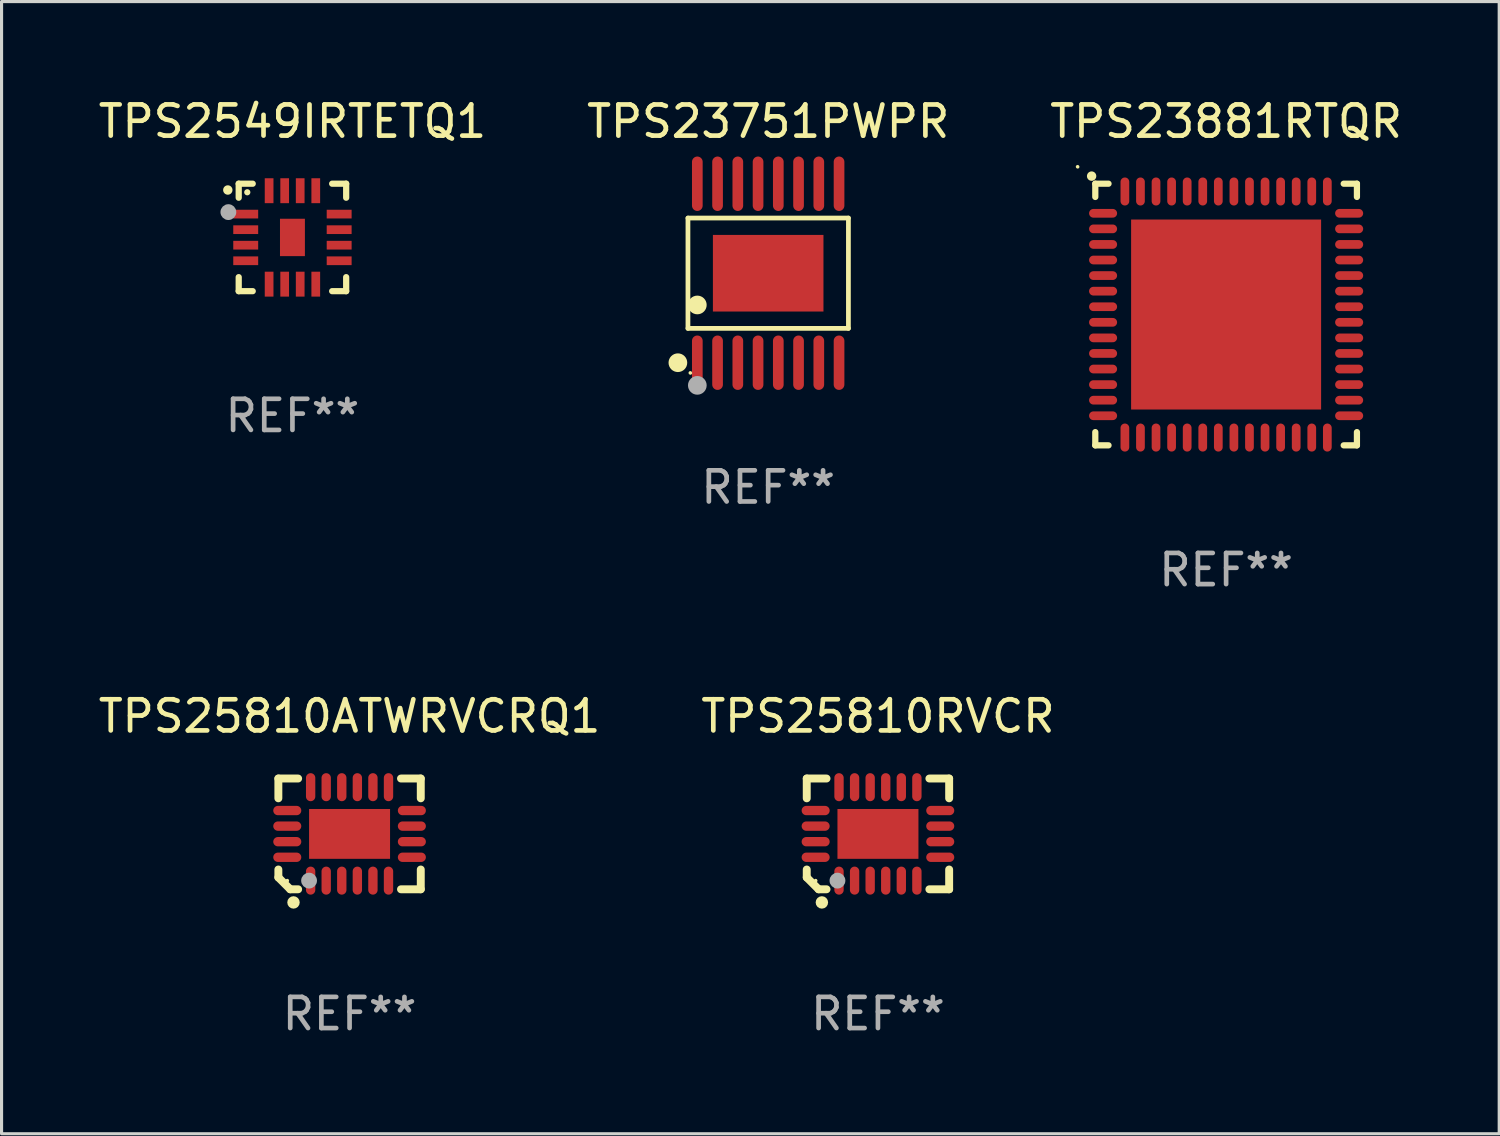
<source format=kicad_pcb>
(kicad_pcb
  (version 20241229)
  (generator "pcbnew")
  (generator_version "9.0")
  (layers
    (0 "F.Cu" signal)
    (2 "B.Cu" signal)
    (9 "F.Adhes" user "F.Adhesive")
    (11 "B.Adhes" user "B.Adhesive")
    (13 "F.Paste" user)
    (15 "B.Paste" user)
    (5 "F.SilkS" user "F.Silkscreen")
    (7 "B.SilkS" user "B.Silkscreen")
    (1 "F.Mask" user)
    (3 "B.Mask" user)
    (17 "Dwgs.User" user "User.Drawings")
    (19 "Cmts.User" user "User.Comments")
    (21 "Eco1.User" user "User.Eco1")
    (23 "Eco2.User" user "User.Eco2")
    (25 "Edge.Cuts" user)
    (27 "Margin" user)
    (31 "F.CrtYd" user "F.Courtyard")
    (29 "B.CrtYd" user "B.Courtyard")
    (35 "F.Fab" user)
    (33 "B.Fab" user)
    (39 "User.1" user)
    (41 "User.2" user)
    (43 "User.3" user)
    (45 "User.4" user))
  (footprint "TPS23881RTQR"
    (layer "F.Cu")
    (at 36.315 7.048)
    (property "Reference" "TPS23881RTQR" (at 0 -6.2 0) (layer "F.SilkS") (effects (font (size 1 1) (thickness 0.15))))
    (attr through_hole)
    (fp_line (start -4.2 -4.2) (end -3.775 -4.2) (stroke (width 0.2) (type solid)) (layer "F.SilkS"))
    (fp_line (start -4.2 -3.775) (end -4.2 -4.2) (stroke (width 0.2) (type solid)) (layer "F.SilkS"))
    (fp_line (start -4.2 3.775) (end -4.2 4.2) (stroke (width 0.2) (type solid)) (layer "F.SilkS"))
    (fp_line (start -4.2 4.2) (end -3.775 4.2) (stroke (width 0.2) (type solid)) (layer "F.SilkS"))
    (fp_line (start 3.775 4.2) (end 4.2 4.2) (stroke (width 0.2) (type solid)) (layer "F.SilkS"))
    (fp_line (start 4.2 -4.2) (end 3.775 -4.2) (stroke (width 0.2) (type solid)) (layer "F.SilkS"))
    (fp_line (start 4.2 -3.775) (end 4.2 -4.2) (stroke (width 0.2) (type solid)) (layer "F.SilkS"))
    (fp_line (start 4.2 4.2) (end 4.2 3.775) (stroke (width 0.2) (type solid)) (layer "F.SilkS"))
    (fp_arc (start -4.318009 -4.442469) (mid -4.318014 -4.443739) (end -4.318009 -4.445009) (stroke (width 0.3) (type solid)) (layer "F.SilkS"))
    (fp_circle (center -4.768 -4.744) (end -4.738 -4.744) (stroke (width 0.06) (type solid)) (fill no) (layer "F.SilkS"))
    (fp_text user "REF**" (at 0 8.2 0) (layer "F.Fab") (effects (font (size 1 1) (thickness 0.15))))
    (pad "1" smd oval (at -3.95 -3.25 90) (size 0.28 0.9) (layers "F.Cu" "F.Mask" "F.Paste"))
    (pad "2" smd oval (at -3.95 -2.75 90) (size 0.28 0.9) (layers "F.Cu" "F.Mask" "F.Paste"))
    (pad "3" smd oval (at -3.95 -2.25 90) (size 0.28 0.9) (layers "F.Cu" "F.Mask" "F.Paste"))
    (pad "4" smd oval (at -3.95 -1.75 90) (size 0.28 0.9) (layers "F.Cu" "F.Mask" "F.Paste"))
    (pad "5" smd oval (at -3.95 -1.25 90) (size 0.28 0.9) (layers "F.Cu" "F.Mask" "F.Paste"))
    (pad "6" smd oval (at -3.95 -0.75 90) (size 0.28 0.9) (layers "F.Cu" "F.Mask" "F.Paste"))
    (pad "7" smd oval (at -3.95 -0.25 90) (size 0.28 0.9) (layers "F.Cu" "F.Mask" "F.Paste"))
    (pad "8" smd oval (at -3.95 0.25 90) (size 0.28 0.9) (layers "F.Cu" "F.Mask" "F.Paste"))
    (pad "9" smd oval (at -3.95 0.75 90) (size 0.28 0.9) (layers "F.Cu" "F.Mask" "F.Paste"))
    (pad "10" smd oval (at -3.95 1.25 90) (size 0.28 0.9) (layers "F.Cu" "F.Mask" "F.Paste"))
    (pad "11" smd oval (at -3.95 1.75 90) (size 0.28 0.9) (layers "F.Cu" "F.Mask" "F.Paste"))
    (pad "12" smd oval (at -3.95 2.25 90) (size 0.28 0.9) (layers "F.Cu" "F.Mask" "F.Paste"))
    (pad "13" smd oval (at -3.95 2.75 90) (size 0.28 0.9) (layers "F.Cu" "F.Mask" "F.Paste"))
    (pad "14" smd oval (at -3.95 3.25 90) (size 0.28 0.9) (layers "F.Cu" "F.Mask" "F.Paste"))
    (pad "15" smd oval (at -3.25 3.95) (size 0.28 0.9) (layers "F.Cu" "F.Mask" "F.Paste"))
    (pad "16" smd oval (at -2.75 3.95) (size 0.28 0.9) (layers "F.Cu" "F.Mask" "F.Paste"))
    (pad "17" smd oval (at -2.25 3.95) (size 0.28 0.9) (layers "F.Cu" "F.Mask" "F.Paste"))
    (pad "18" smd oval (at -1.75 3.95) (size 0.28 0.9) (layers "F.Cu" "F.Mask" "F.Paste"))
    (pad "19" smd oval (at -1.25 3.95) (size 0.28 0.9) (layers "F.Cu" "F.Mask" "F.Paste"))
    (pad "20" smd oval (at -0.75 3.95) (size 0.28 0.9) (layers "F.Cu" "F.Mask" "F.Paste"))
    (pad "21" smd oval (at -0.25 3.95) (size 0.28 0.9) (layers "F.Cu" "F.Mask" "F.Paste"))
    (pad "22" smd oval (at 0.25 3.95) (size 0.28 0.9) (layers "F.Cu" "F.Mask" "F.Paste"))
    (pad "23" smd oval (at 0.75 3.95) (size 0.28 0.9) (layers "F.Cu" "F.Mask" "F.Paste"))
    (pad "24" smd oval (at 1.25 3.95) (size 0.28 0.9) (layers "F.Cu" "F.Mask" "F.Paste"))
    (pad "25" smd oval (at 1.75 3.95) (size 0.28 0.9) (layers "F.Cu" "F.Mask" "F.Paste"))
    (pad "26" smd oval (at 2.25 3.95) (size 0.28 0.9) (layers "F.Cu" "F.Mask" "F.Paste"))
    (pad "27" smd oval (at 2.75 3.95) (size 0.28 0.9) (layers "F.Cu" "F.Mask" "F.Paste"))
    (pad "28" smd oval (at 3.25 3.95) (size 0.28 0.9) (layers "F.Cu" "F.Mask" "F.Paste"))
    (pad "29" smd oval (at 3.95 3.25 90) (size 0.28 0.9) (layers "F.Cu" "F.Mask" "F.Paste"))
    (pad "30" smd oval (at 3.95 2.75 90) (size 0.28 0.9) (layers "F.Cu" "F.Mask" "F.Paste"))
    (pad "31" smd oval (at 3.95 2.25 90) (size 0.28 0.9) (layers "F.Cu" "F.Mask" "F.Paste"))
    (pad "32" smd oval (at 3.95 1.75 90) (size 0.28 0.9) (layers "F.Cu" "F.Mask" "F.Paste"))
    (pad "33" smd oval (at 3.95 1.25 90) (size 0.28 0.9) (layers "F.Cu" "F.Mask" "F.Paste"))
    (pad "34" smd oval (at 3.95 0.75 90) (size 0.28 0.9) (layers "F.Cu" "F.Mask" "F.Paste"))
    (pad "35" smd oval (at 3.95 0.25 90) (size 0.28 0.9) (layers "F.Cu" "F.Mask" "F.Paste"))
    (pad "36" smd oval (at 3.95 -0.25 90) (size 0.28 0.9) (layers "F.Cu" "F.Mask" "F.Paste"))
    (pad "37" smd oval (at 3.95 -0.75 90) (size 0.28 0.9) (layers "F.Cu" "F.Mask" "F.Paste"))
    (pad "38" smd oval (at 3.95 -1.25 90) (size 0.28 0.9) (layers "F.Cu" "F.Mask" "F.Paste"))
    (pad "39" smd oval (at 3.95 -1.75 90) (size 0.28 0.9) (layers "F.Cu" "F.Mask" "F.Paste"))
    (pad "40" smd oval (at 3.95 -2.25 90) (size 0.28 0.9) (layers "F.Cu" "F.Mask" "F.Paste"))
    (pad "41" smd oval (at 3.95 -2.75 90) (size 0.28 0.9) (layers "F.Cu" "F.Mask" "F.Paste"))
    (pad "42" smd oval (at 3.95 -3.25 90) (size 0.28 0.9) (layers "F.Cu" "F.Mask" "F.Paste"))
    (pad "43" smd oval (at 3.25 -3.95) (size 0.28 0.9) (layers "F.Cu" "F.Mask" "F.Paste"))
    (pad "44" smd oval (at 2.75 -3.95) (size 0.28 0.9) (layers "F.Cu" "F.Mask" "F.Paste"))
    (pad "45" smd oval (at 2.25 -3.95) (size 0.28 0.9) (layers "F.Cu" "F.Mask" "F.Paste"))
    (pad "46" smd oval (at 1.75 -3.95) (size 0.28 0.9) (layers "F.Cu" "F.Mask" "F.Paste"))
    (pad "47" smd oval (at 1.25 -3.95) (size 0.28 0.9) (layers "F.Cu" "F.Mask" "F.Paste"))
    (pad "48" smd oval (at 0.75 -3.95) (size 0.28 0.9) (layers "F.Cu" "F.Mask" "F.Paste"))
    (pad "49" smd oval (at 0.25 -3.95) (size 0.28 0.9) (layers "F.Cu" "F.Mask" "F.Paste"))
    (pad "50" smd oval (at -0.25 -3.95) (size 0.28 0.9) (layers "F.Cu" "F.Mask" "F.Paste"))
    (pad "51" smd oval (at -0.75 -3.95) (size 0.28 0.9) (layers "F.Cu" "F.Mask" "F.Paste"))
    (pad "52" smd oval (at -1.25 -3.95) (size 0.28 0.9) (layers "F.Cu" "F.Mask" "F.Paste"))
    (pad "53" smd oval (at -1.75 -3.95) (size 0.28 0.9) (layers "F.Cu" "F.Mask" "F.Paste"))
    (pad "54" smd oval (at -2.25 -3.95) (size 0.28 0.9) (layers "F.Cu" "F.Mask" "F.Paste"))
    (pad "55" smd oval (at -2.75 -3.95) (size 0.28 0.9) (layers "F.Cu" "F.Mask" "F.Paste"))
    (pad "56" smd oval (at -3.25 -3.95) (size 0.28 0.9) (layers "F.Cu" "F.Mask" "F.Paste"))
    (pad "57" smd rect (at 0 0) (size 6.1 6.1) (layers "F.Cu" "F.Mask" "F.Paste")))
  (footprint "TPS25810RVCR"
    (layer "F.Cu")
    (at 25.137 23.723)
    (property "Reference" "TPS25810RVCR" (at 0 -3.778 0) (layer "F.SilkS") (effects (font (size 1 1) (thickness 0.15))))
    (attr through_hole)
    (fp_line (start -2.286 -1.778) (end -1.651 -1.778) (stroke (width 0.254) (type solid)) (layer "F.SilkS"))
    (fp_line (start -2.286 -1.143) (end -2.286 -1.778) (stroke (width 0.254) (type solid)) (layer "F.SilkS"))
    (fp_line (start -2.286 1.397) (end -2.286 1.143) (stroke (width 0.254) (type solid)) (layer "F.SilkS"))
    (fp_line (start -1.905 1.778) (end -2.286 1.397) (stroke (width 0.254) (type solid)) (layer "F.SilkS"))
    (fp_line (start -1.651 1.778) (end -1.905 1.778) (stroke (width 0.254) (type solid)) (layer "F.SilkS"))
    (fp_line (start 1.651 -1.778) (end 2.286 -1.778) (stroke (width 0.254) (type solid)) (layer "F.SilkS"))
    (fp_line (start 1.651 1.778) (end 2.286 1.778) (stroke (width 0.254) (type solid)) (layer "F.SilkS"))
    (fp_line (start 2.286 -1.778) (end 2.286 -1.143) (stroke (width 0.254) (type solid)) (layer "F.SilkS"))
    (fp_line (start 2.286 1.778) (end 2.286 1.143) (stroke (width 0.254) (type solid)) (layer "F.SilkS"))
    (fp_circle (center -2 1.5) (end -1.97 1.5) (stroke (width 0.06) (type solid)) (fill no) (layer "F.SilkS"))
    (fp_circle (center -1.8 2.2) (end -1.7 2.2) (stroke (width 0.2) (type solid)) (fill no) (layer "F.SilkS"))
    (fp_circle (center -1.3 1.5) (end -1.173 1.5) (stroke (width 0.254) (type solid)) (fill no) (layer "F.Fab"))
    (fp_text user "REF**" (at 0 5.778 0) (layer "F.Fab") (effects (font (size 1 1) (thickness 0.15))))
    (pad "1" smd oval (at -1.25 1.5) (size 0.3 0.9) (layers "F.Cu" "F.Mask" "F.Paste"))
    (pad "2" smd oval (at -0.75 1.5) (size 0.3 0.9) (layers "F.Cu" "F.Mask" "F.Paste"))
    (pad "3" smd oval (at -0.25 1.5) (size 0.3 0.9) (layers "F.Cu" "F.Mask" "F.Paste"))
    (pad "4" smd oval (at 0.25 1.5) (size 0.3 0.9) (layers "F.Cu" "F.Mask" "F.Paste"))
    (pad "5" smd oval (at 0.75 1.5) (size 0.3 0.9) (layers "F.Cu" "F.Mask" "F.Paste"))
    (pad "6" smd oval (at 1.25 1.5) (size 0.3 0.9) (layers "F.Cu" "F.Mask" "F.Paste"))
    (pad "7" smd oval (at 2 0.75) (size 0.9 0.3) (layers "F.Cu" "F.Mask" "F.Paste"))
    (pad "8" smd oval (at 2 0.25) (size 0.9 0.3) (layers "F.Cu" "F.Mask" "F.Paste"))
    (pad "9" smd oval (at 2 -0.25) (size 0.9 0.3) (layers "F.Cu" "F.Mask" "F.Paste"))
    (pad "10" smd oval (at 2 -0.75) (size 0.9 0.3) (layers "F.Cu" "F.Mask" "F.Paste"))
    (pad "11" smd oval (at 1.25 -1.5) (size 0.3 0.9) (layers "F.Cu" "F.Mask" "F.Paste"))
    (pad "12" smd oval (at 0.75 -1.5) (size 0.3 0.9) (layers "F.Cu" "F.Mask" "F.Paste"))
    (pad "13" smd oval (at 0.25 -1.5) (size 0.3 0.9) (layers "F.Cu" "F.Mask" "F.Paste"))
    (pad "14" smd oval (at -0.25 -1.5) (size 0.3 0.9) (layers "F.Cu" "F.Mask" "F.Paste"))
    (pad "15" smd oval (at -0.75 -1.5) (size 0.3 0.9) (layers "F.Cu" "F.Mask" "F.Paste"))
    (pad "16" smd oval (at -1.25 -1.5) (size 0.3 0.9) (layers "F.Cu" "F.Mask" "F.Paste"))
    (pad "17" smd oval (at -2 -0.75) (size 0.9 0.3) (layers "F.Cu" "F.Mask" "F.Paste"))
    (pad "18" smd oval (at -2 -0.25) (size 0.9 0.3) (layers "F.Cu" "F.Mask" "F.Paste"))
    (pad "19" smd oval (at -2 0.25) (size 0.9 0.3) (layers "F.Cu" "F.Mask" "F.Paste"))
    (pad "20" smd oval (at -2 0.75) (size 0.9 0.3) (layers "F.Cu" "F.Mask" "F.Paste"))
    (pad "21" smd rect (at 0.000025 0.000152 270) (size 1.6 2.6) (layers "F.Cu" "F.Mask" "F.Paste")))
  (footprint "TPS23751PWPR"
    (layer "F.Cu")
    (at 21.613 5.722)
    (property "Reference" "TPS23751PWPR" (at 0 -4.873 0) (layer "F.SilkS") (effects (font (size 1 1) (thickness 0.15))))
    (attr through_hole)
    (fp_line (start -2.576 -1.771) (end 2.576 -1.771) (stroke (width 0.152) (type solid)) (layer "F.SilkS"))
    (fp_line (start -2.576 1.771) (end -2.576 -1.771) (stroke (width 0.152) (type solid)) (layer "F.SilkS"))
    (fp_line (start 2.576 -1.771) (end 2.576 1.771) (stroke (width 0.152) (type solid)) (layer "F.SilkS"))
    (fp_line (start 2.576 1.771) (end -2.576 1.771) (stroke (width 0.152) (type solid)) (layer "F.SilkS"))
    (fp_circle (center -2.899 2.873) (end -2.749 2.873) (stroke (width 0.3) (type solid)) (fill no) (layer "F.SilkS"))
    (fp_circle (center -2.5 3.2) (end -2.47 3.2) (stroke (width 0.06) (type solid)) (fill no) (layer "F.SilkS"))
    (fp_circle (center -2.275 1.019) (end -2.125 1.019) (stroke (width 0.3) (type solid)) (fill no) (layer "F.SilkS"))
    (fp_circle (center -2.275 3.6) (end -2.125 3.6) (stroke (width 0.3) (type solid)) (fill no) (layer "F.Fab"))
    (fp_text user "REF**" (at 0 6.873 0) (layer "F.Fab") (effects (font (size 1 1) (thickness 0.15))))
    (pad "1" smd oval (at -2.275 2.873) (size 0.343 1.747) (layers "F.Cu" "F.Mask" "F.Paste"))
    (pad "2" smd oval (at -1.625 2.873) (size 0.343 1.747) (layers "F.Cu" "F.Mask" "F.Paste"))
    (pad "3" smd oval (at -0.975 2.873) (size 0.343 1.747) (layers "F.Cu" "F.Mask" "F.Paste"))
    (pad "4" smd oval (at -0.325 2.873) (size 0.343 1.747) (layers "F.Cu" "F.Mask" "F.Paste"))
    (pad "5" smd oval (at 0.325 2.873) (size 0.343 1.747) (layers "F.Cu" "F.Mask" "F.Paste"))
    (pad "6" smd oval (at 0.975 2.873) (size 0.343 1.747) (layers "F.Cu" "F.Mask" "F.Paste"))
    (pad "7" smd oval (at 1.625 2.873) (size 0.343 1.747) (layers "F.Cu" "F.Mask" "F.Paste"))
    (pad "8" smd oval (at 2.275 2.873) (size 0.343 1.747) (layers "F.Cu" "F.Mask" "F.Paste"))
    (pad "9" smd oval (at 2.275 -2.873) (size 0.343 1.747) (layers "F.Cu" "F.Mask" "F.Paste"))
    (pad "10" smd oval (at 1.625 -2.873) (size 0.343 1.747) (layers "F.Cu" "F.Mask" "F.Paste"))
    (pad "11" smd oval (at 0.975 -2.873) (size 0.343 1.747) (layers "F.Cu" "F.Mask" "F.Paste"))
    (pad "12" smd oval (at 0.325 -2.873) (size 0.343 1.747) (layers "F.Cu" "F.Mask" "F.Paste"))
    (pad "13" smd oval (at -0.325 -2.873) (size 0.343 1.747) (layers "F.Cu" "F.Mask" "F.Paste"))
    (pad "14" smd oval (at -0.975 -2.873) (size 0.343 1.747) (layers "F.Cu" "F.Mask" "F.Paste"))
    (pad "15" smd oval (at -1.625 -2.873) (size 0.343 1.747) (layers "F.Cu" "F.Mask" "F.Paste"))
    (pad "16" smd oval (at -2.275 -2.873) (size 0.343 1.747) (layers "F.Cu" "F.Mask" "F.Paste"))
    (pad "17" smd rect (at 0 0) (size 3.55 2.46) (layers "F.Cu" "F.Mask" "F.Paste")))
  (footprint "TPS2549IRTETQ1"
    (layer "F.Cu")
    (at 6.339 4.573)
    (property "Reference" "TPS2549IRTETQ1" (at 0 -3.725 0) (layer "F.SilkS") (effects (font (size 1 1) (thickness 0.15))))
    (attr through_hole)
    (fp_line (start -1.725 -1.725) (end -1.275 -1.725) (stroke (width 0.2) (type solid)) (layer "F.SilkS"))
    (fp_line (start -1.725 -1.275) (end -1.725 -1.725) (stroke (width 0.2) (type solid)) (layer "F.SilkS"))
    (fp_line (start -1.725 1.725) (end -1.725 1.275) (stroke (width 0.2) (type solid)) (layer "F.SilkS"))
    (fp_line (start -1.275 1.725) (end -1.725 1.725) (stroke (width 0.2) (type solid)) (layer "F.SilkS"))
    (fp_line (start 1.275 -1.725) (end 1.725 -1.725) (stroke (width 0.2) (type solid)) (layer "F.SilkS"))
    (fp_line (start 1.275 1.725) (end 1.725 1.725) (stroke (width 0.2) (type solid)) (layer "F.SilkS"))
    (fp_line (start 1.725 -1.725) (end 1.725 -1.275) (stroke (width 0.2) (type solid)) (layer "F.SilkS"))
    (fp_line (start 1.725 1.725) (end 1.725 1.275) (stroke (width 0.2) (type solid)) (layer "F.SilkS"))
    (fp_arc (start -2.075184 -1.521463) (mid -2.075189 -1.522733) (end -2.075184 -1.524003) (stroke (width 0.3) (type solid)) (layer "F.SilkS"))
    (fp_circle (center -1.45 -1.45) (end -1.4 -1.45) (stroke (width 0.1) (type solid)) (fill no) (layer "F.SilkS"))
    (fp_circle (center -2.057 -0.813) (end -1.93 -0.813) (stroke (width 0.254) (type solid)) (fill no) (layer "F.Fab"))
    (fp_text user "REF**" (at 0 5.725 0) (layer "F.Fab") (effects (font (size 1 1) (thickness 0.15))))
    (pad "1" smd rect (at -1.5 -0.749 90) (size 0.28 0.8) (layers "F.Cu" "F.Mask" "F.Paste"))
    (pad "2" smd rect (at -1.5 -0.249 90) (size 0.28 0.8) (layers "F.Cu" "F.Mask" "F.Paste"))
    (pad "3" smd rect (at -1.5 0.249 90) (size 0.28 0.8) (layers "F.Cu" "F.Mask" "F.Paste"))
    (pad "4" smd rect (at -1.5 0.749 90) (size 0.28 0.8) (layers "F.Cu" "F.Mask" "F.Paste"))
    (pad "5" smd rect (at -0.749 1.5) (size 0.28 0.8) (layers "F.Cu" "F.Mask" "F.Paste"))
    (pad "6" smd rect (at -0.249 1.5) (size 0.28 0.8) (layers "F.Cu" "F.Mask" "F.Paste"))
    (pad "7" smd rect (at 0.249 1.5) (size 0.28 0.8) (layers "F.Cu" "F.Mask" "F.Paste"))
    (pad "8" smd rect (at 0.749 1.5) (size 0.28 0.8) (layers "F.Cu" "F.Mask" "F.Paste"))
    (pad "9" smd rect (at 1.5 0.749 90) (size 0.28 0.8) (layers "F.Cu" "F.Mask" "F.Paste"))
    (pad "10" smd rect (at 1.5 0.249 90) (size 0.28 0.8) (layers "F.Cu" "F.Mask" "F.Paste"))
    (pad "11" smd rect (at 1.5 -0.249 90) (size 0.28 0.8) (layers "F.Cu" "F.Mask" "F.Paste"))
    (pad "12" smd rect (at 1.5 -0.749 90) (size 0.28 0.8) (layers "F.Cu" "F.Mask" "F.Paste"))
    (pad "13" smd rect (at 0.749 -1.5) (size 0.28 0.8) (layers "F.Cu" "F.Mask" "F.Paste"))
    (pad "14" smd rect (at 0.249 -1.5) (size 0.28 0.8) (layers "F.Cu" "F.Mask" "F.Paste"))
    (pad "15" smd rect (at -0.249 -1.5) (size 0.28 0.8) (layers "F.Cu" "F.Mask" "F.Paste"))
    (pad "16" smd rect (at -0.749 -1.5) (size 0.28 0.8) (layers "F.Cu" "F.Mask" "F.Paste"))
    (pad "17" smd rect (at 0.000076 0.000076) (size 0.8 1.2) (layers "F.Cu" "F.Mask" "F.Paste")))
  (footprint "TPS25810ATWRVCRQ1"
    (layer "F.Cu")
    (at 8.173 23.723)
    (property "Reference" "TPS25810ATWRVCRQ1" (at 0 -3.778 0) (layer "F.SilkS") (effects (font (size 1 1) (thickness 0.15))))
    (attr through_hole)
    (fp_line (start -2.286 -1.778) (end -1.651 -1.778) (stroke (width 0.254) (type solid)) (layer "F.SilkS"))
    (fp_line (start -2.286 -1.143) (end -2.286 -1.778) (stroke (width 0.254) (type solid)) (layer "F.SilkS"))
    (fp_line (start -2.286 1.397) (end -2.286 1.143) (stroke (width 0.254) (type solid)) (layer "F.SilkS"))
    (fp_line (start -1.905 1.778) (end -2.286 1.397) (stroke (width 0.254) (type solid)) (layer "F.SilkS"))
    (fp_line (start -1.651 1.778) (end -1.905 1.778) (stroke (width 0.254) (type solid)) (layer "F.SilkS"))
    (fp_line (start 1.651 -1.778) (end 2.286 -1.778) (stroke (width 0.254) (type solid)) (layer "F.SilkS"))
    (fp_line (start 1.651 1.778) (end 2.286 1.778) (stroke (width 0.254) (type solid)) (layer "F.SilkS"))
    (fp_line (start 2.286 -1.778) (end 2.286 -1.143) (stroke (width 0.254) (type solid)) (layer "F.SilkS"))
    (fp_line (start 2.286 1.778) (end 2.286 1.143) (stroke (width 0.254) (type solid)) (layer "F.SilkS"))
    (fp_circle (center -2 1.5) (end -1.97 1.5) (stroke (width 0.06) (type solid)) (fill no) (layer "F.SilkS"))
    (fp_circle (center -1.8 2.2) (end -1.7 2.2) (stroke (width 0.2) (type solid)) (fill no) (layer "F.SilkS"))
    (fp_circle (center -1.3 1.5) (end -1.173 1.5) (stroke (width 0.254) (type solid)) (fill no) (layer "F.Fab"))
    (fp_text user "REF**" (at 0 5.778 0) (layer "F.Fab") (effects (font (size 1 1) (thickness 0.15))))
    (pad "1" smd oval (at -1.25 1.5) (size 0.3 0.9) (layers "F.Cu" "F.Mask" "F.Paste"))
    (pad "2" smd oval (at -0.75 1.5) (size 0.3 0.9) (layers "F.Cu" "F.Mask" "F.Paste"))
    (pad "3" smd oval (at -0.25 1.5) (size 0.3 0.9) (layers "F.Cu" "F.Mask" "F.Paste"))
    (pad "4" smd oval (at 0.25 1.5) (size 0.3 0.9) (layers "F.Cu" "F.Mask" "F.Paste"))
    (pad "5" smd oval (at 0.75 1.5) (size 0.3 0.9) (layers "F.Cu" "F.Mask" "F.Paste"))
    (pad "6" smd oval (at 1.25 1.5) (size 0.3 0.9) (layers "F.Cu" "F.Mask" "F.Paste"))
    (pad "7" smd oval (at 2 0.75) (size 0.9 0.3) (layers "F.Cu" "F.Mask" "F.Paste"))
    (pad "8" smd oval (at 2 0.25) (size 0.9 0.3) (layers "F.Cu" "F.Mask" "F.Paste"))
    (pad "9" smd oval (at 2 -0.25) (size 0.9 0.3) (layers "F.Cu" "F.Mask" "F.Paste"))
    (pad "10" smd oval (at 2 -0.75) (size 0.9 0.3) (layers "F.Cu" "F.Mask" "F.Paste"))
    (pad "11" smd oval (at 1.25 -1.5) (size 0.3 0.9) (layers "F.Cu" "F.Mask" "F.Paste"))
    (pad "12" smd oval (at 0.75 -1.5) (size 0.3 0.9) (layers "F.Cu" "F.Mask" "F.Paste"))
    (pad "13" smd oval (at 0.25 -1.5) (size 0.3 0.9) (layers "F.Cu" "F.Mask" "F.Paste"))
    (pad "14" smd oval (at -0.25 -1.5) (size 0.3 0.9) (layers "F.Cu" "F.Mask" "F.Paste"))
    (pad "15" smd oval (at -0.75 -1.5) (size 0.3 0.9) (layers "F.Cu" "F.Mask" "F.Paste"))
    (pad "16" smd oval (at -1.25 -1.5) (size 0.3 0.9) (layers "F.Cu" "F.Mask" "F.Paste"))
    (pad "17" smd oval (at -2 -0.75) (size 0.9 0.3) (layers "F.Cu" "F.Mask" "F.Paste"))
    (pad "18" smd oval (at -2 -0.25) (size 0.9 0.3) (layers "F.Cu" "F.Mask" "F.Paste"))
    (pad "19" smd oval (at -2 0.25) (size 0.9 0.3) (layers "F.Cu" "F.Mask" "F.Paste"))
    (pad "20" smd oval (at -2 0.75) (size 0.9 0.3) (layers "F.Cu" "F.Mask" "F.Paste"))
    (pad "21" smd rect (at 0.000025 0.000152 270) (size 1.6 2.6) (layers "F.Cu" "F.Mask" "F.Paste")))
  (gr_rect
    (start -3 -3)
    (end 45.083 33.349)
    (stroke (width 0.1) (type default))
    (fill no)
    (layer "Edge.Cuts")))
</source>
